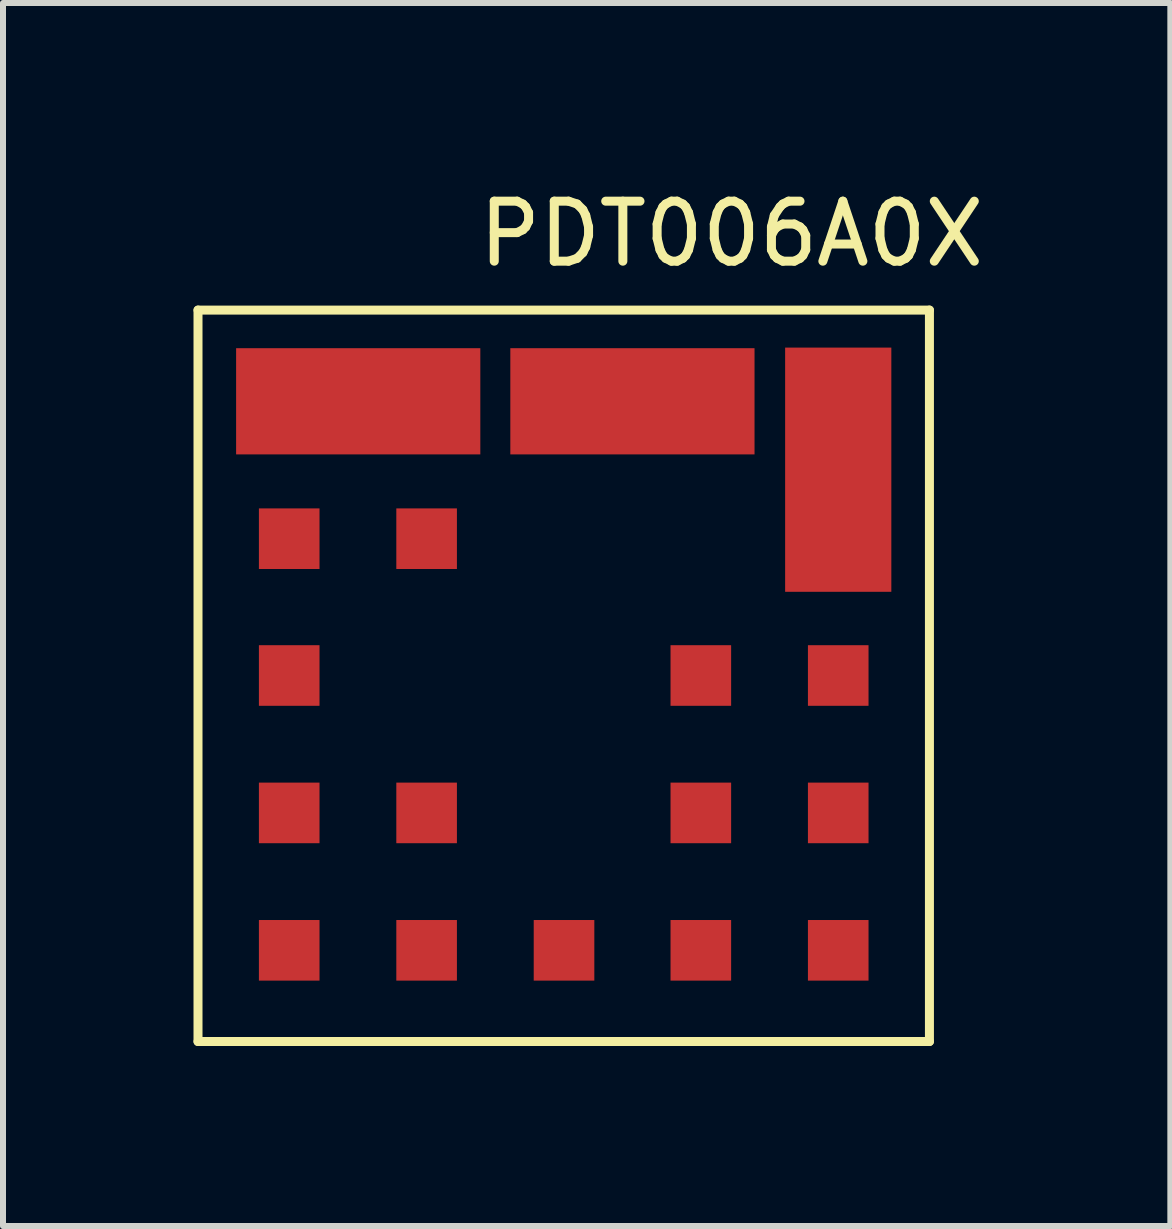
<source format=kicad_pcb>
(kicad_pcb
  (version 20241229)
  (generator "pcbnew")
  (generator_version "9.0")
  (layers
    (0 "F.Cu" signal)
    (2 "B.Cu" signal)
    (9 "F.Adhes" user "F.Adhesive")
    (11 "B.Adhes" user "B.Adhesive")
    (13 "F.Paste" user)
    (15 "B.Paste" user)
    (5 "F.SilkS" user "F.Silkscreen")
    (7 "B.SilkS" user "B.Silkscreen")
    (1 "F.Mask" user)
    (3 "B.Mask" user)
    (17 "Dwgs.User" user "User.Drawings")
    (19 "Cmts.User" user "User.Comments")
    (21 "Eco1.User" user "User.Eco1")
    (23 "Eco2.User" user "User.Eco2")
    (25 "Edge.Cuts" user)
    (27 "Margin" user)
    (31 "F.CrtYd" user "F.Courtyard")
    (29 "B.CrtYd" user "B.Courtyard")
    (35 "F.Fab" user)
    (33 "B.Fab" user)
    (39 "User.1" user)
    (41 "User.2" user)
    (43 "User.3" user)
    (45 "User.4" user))
  (footprint "PDT006A0X"
    (layer "F.Cu")
    (at 0.25 2.118)
    (property "Reference" "PDT006A0X" (at 8.89 -1.27 0) (layer "F.SilkS") (effects (font (size 1 1) (thickness 0.15))))
    (attr through_hole)
    (fp_line (start 0 0) (end 12.19 0) (stroke (width 0.15) (type solid)) (layer "F.SilkS"))
    (fp_line (start 0 12.19) (end 0 0) (stroke (width 0.15) (type solid)) (layer "F.SilkS"))
    (fp_line (start 12.19 0) (end 12.19 12.19) (stroke (width 0.15) (type solid)) (layer "F.SilkS"))
    (fp_line (start 12.19 12.19) (end 0 12.19) (stroke (width 0.15) (type solid)) (layer "F.SilkS"))
    (pad "1" smd rect (at 1.52 6.09) (size 1.01 1.01) (layers "F.Cu" "F.Mask" "F.Paste"))
    (pad "2" smd rect (at 2.67 1.52) (size 4.07 1.77) (layers "F.Cu" "F.Mask" "F.Paste"))
    (pad "3" smd rect (at 7.24 1.52) (size 4.07 1.77) (layers "F.Cu" "F.Mask" "F.Paste"))
    (pad "4" smd rect (at 10.67 2.66) (size 1.77 4.07) (layers "F.Cu" "F.Mask" "F.Paste"))
    (pad "5" smd rect (at 10.67 6.09) (size 1.01 1.01) (layers "F.Cu" "F.Mask" "F.Paste"))
    (pad "6" smd rect (at 10.67 10.67) (size 1.01 1.01) (layers "F.Cu" "F.Mask" "F.Paste"))
    (pad "7" smd rect (at 6.1 10.67) (size 1.01 1.01) (layers "F.Cu" "F.Mask" "F.Paste"))
    (pad "8" smd rect (at 3.81 10.67) (size 1.01 1.01) (layers "F.Cu" "F.Mask" "F.Paste"))
    (pad "9" smd rect (at 1.52 10.67) (size 1.01 1.01) (layers "F.Cu" "F.Mask" "F.Paste"))
    (pad "10" smd rect (at 1.52 8.38) (size 1.01 1.01) (layers "F.Cu" "F.Mask" "F.Paste"))
    (pad "11" smd rect (at 3.81 8.38) (size 1.01 1.01) (layers "F.Cu" "F.Mask" "F.Paste"))
    (pad "12" smd rect (at 8.38 8.38) (size 1.01 1.01) (layers "F.Cu" "F.Mask" "F.Paste"))
    (pad "13" smd rect (at 8.38 6.09) (size 1.01 1.01) (layers "F.Cu" "F.Mask" "F.Paste"))
    (pad "14" smd rect (at 10.67 8.38) (size 1.01 1.01) (layers "F.Cu" "F.Mask" "F.Paste"))
    (pad "15" smd rect (at 8.38 10.67) (size 1.01 1.01) (layers "F.Cu" "F.Mask" "F.Paste"))
    (pad "16" smd rect (at 1.52 3.81) (size 1.01 1.01) (layers "F.Cu" "F.Mask" "F.Paste"))
    (pad "17" smd rect (at 3.81 3.81) (size 1.01 1.01) (layers "F.Cu" "F.Mask" "F.Paste")))
  (gr_rect
    (start -3 -3)
    (end 16.455 17.383)
    (stroke (width 0.1) (type default))
    (fill no)
    (layer "Edge.Cuts")))
</source>
